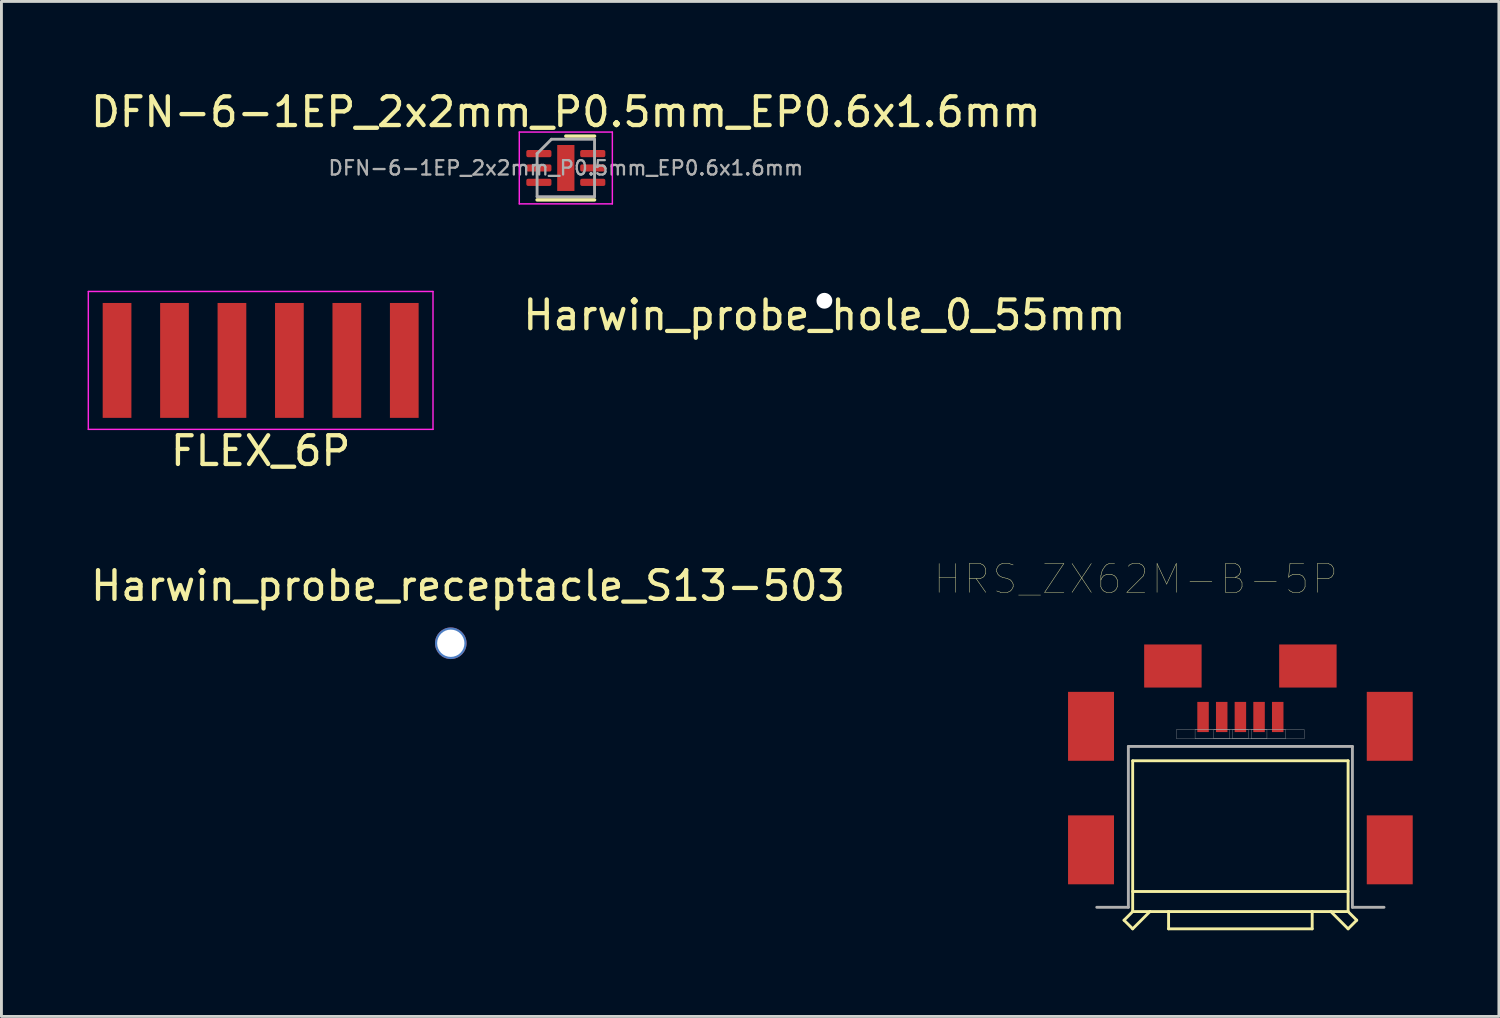
<source format=kicad_pcb>
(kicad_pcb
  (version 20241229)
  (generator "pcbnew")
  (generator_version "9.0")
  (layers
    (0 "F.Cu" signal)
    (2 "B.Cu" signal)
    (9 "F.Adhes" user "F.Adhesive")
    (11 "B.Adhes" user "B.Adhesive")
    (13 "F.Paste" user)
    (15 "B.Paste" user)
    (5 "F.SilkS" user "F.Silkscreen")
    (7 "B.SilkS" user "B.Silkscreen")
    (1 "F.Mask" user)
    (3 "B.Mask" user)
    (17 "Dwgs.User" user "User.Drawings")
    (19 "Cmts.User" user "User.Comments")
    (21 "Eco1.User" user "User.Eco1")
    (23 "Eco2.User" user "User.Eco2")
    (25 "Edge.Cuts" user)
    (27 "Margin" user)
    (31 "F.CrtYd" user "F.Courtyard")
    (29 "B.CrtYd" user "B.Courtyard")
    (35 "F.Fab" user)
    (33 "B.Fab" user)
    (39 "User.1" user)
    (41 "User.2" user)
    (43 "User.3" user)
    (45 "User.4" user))
  (footprint "Harwin_probe_receptacle_S13-503"
    (layer "F.Cu")
    (at 12.644 19.345)
    (property "Reference" "Harwin_probe_receptacle_S13-503" (at 0.6 -2 0) (layer "F.SilkS") (effects (font (size 1 1) (thickness 0.15))))
    (attr through_hole)
    (pad "1" thru_hole circle (at 0 0) (size 1.1 1.1) (drill 0.95) (layers "*.Cu" "*.Mask")))
  (footprint "HRS_ZX62M-B-5P"
    (layer "F.Cu")
    (at 40.134 25.267)
    (property "Reference" "HRS_ZX62M-B-5P" (at -3.641 -8.158 0) (layer "F.SilkS") (effects (font (size 1.002 1.002) (thickness 0.015))))
    (attr through_hole)
    (fp_line (start -4.05 3.72) (end -3.75 3.42) (stroke (width 0.1) (type solid)) (layer "F.SilkS"))
    (fp_line (start -4.05 3.72) (end -3.75 4.02) (stroke (width 0.1) (type solid)) (layer "F.SilkS"))
    (fp_line (start -3.75 -1.83) (end 3.75 -1.83) (stroke (width 0.1) (type solid)) (layer "F.SilkS"))
    (fp_line (start -3.75 3.42) (end -3.75 -1.83) (stroke (width 0.1) (type solid)) (layer "F.SilkS"))
    (fp_line (start -3.75 4.02) (end -3.15 3.42) (stroke (width 0.1) (type solid)) (layer "F.SilkS"))
    (fp_line (start -3.15 3.42) (end -3.75 3.42) (stroke (width 0.1) (type solid)) (layer "F.SilkS"))
    (fp_line (start -2.5 3.42) (end -3.15 3.42) (stroke (width 0.1) (type solid)) (layer "F.SilkS"))
    (fp_line (start -2.5 4.02) (end -2.5 3.42) (stroke (width 0.1) (type solid)) (layer "F.SilkS"))
    (fp_line (start 2.5 3.42) (end -2.5 3.42) (stroke (width 0.1) (type solid)) (layer "F.SilkS"))
    (fp_line (start 2.5 4.02) (end -2.5 4.02) (stroke (width 0.1) (type solid)) (layer "F.SilkS"))
    (fp_line (start 2.5 4.02) (end 2.5 3.42) (stroke (width 0.1) (type solid)) (layer "F.SilkS"))
    (fp_line (start 3.15 3.42) (end 2.5 3.42) (stroke (width 0.1) (type solid)) (layer "F.SilkS"))
    (fp_line (start 3.15 3.42) (end 3.75 4.02) (stroke (width 0.1) (type solid)) (layer "F.SilkS"))
    (fp_line (start 3.75 2.72) (end -3.75 2.72) (stroke (width 0.1) (type solid)) (layer "F.SilkS"))
    (fp_line (start 3.75 3.42) (end 3.15 3.42) (stroke (width 0.1) (type solid)) (layer "F.SilkS"))
    (fp_line (start 3.75 3.42) (end 3.75 -1.83) (stroke (width 0.1) (type solid)) (layer "F.SilkS"))
    (fp_line (start 3.75 4.02) (end 4.05 3.72) (stroke (width 0.1) (type solid)) (layer "F.SilkS"))
    (fp_line (start 4.05 3.72) (end 3.75 3.42) (stroke (width 0.1) (type solid)) (layer "F.SilkS"))
    (fp_line (start -5 3.27) (end -3.9 3.27) (stroke (width 0.1) (type solid)) (layer "F.Fab"))
    (fp_line (start -3.9 -2.33) (end 3.9 -2.33) (stroke (width 0.1) (type solid)) (layer "F.Fab"))
    (fp_line (start -3.9 3.27) (end -3.9 -2.33) (stroke (width 0.1) (type solid)) (layer "F.Fab"))
    (fp_line (start 3.9 -2.33) (end 3.9 3.27) (stroke (width 0.1) (type solid)) (layer "F.Fab"))
    (fp_line (start 5 3.27) (end 3.9 3.27) (stroke (width 0.1) (type solid)) (layer "F.Fab"))
    (fp_poly (pts (xy -2.229 -2.915) (xy -0.375 -2.915) (xy -0.375 -2.6) (xy -2.229 -2.6)) (stroke (width 0.01) (type solid)) (fill no) (layer "F.Fab"))
    (fp_poly (pts (xy -1.578 -2.915) (xy 0.275 -2.915) (xy 0.275 -2.599) (xy -1.578 -2.599)) (stroke (width 0.01) (type solid)) (fill no) (layer "F.Fab"))
    (fp_poly (pts (xy -0.926 -2.915) (xy 0.925 -2.915) (xy 0.925 -2.598) (xy -0.926 -2.598)) (stroke (width 0.01) (type solid)) (fill no) (layer "F.Fab"))
    (fp_poly (pts (xy -0.276 -2.915) (xy 1.575 -2.915) (xy 1.575 -2.6) (xy -0.276 -2.6)) (stroke (width 0.01) (type solid)) (fill no) (layer "F.Fab"))
    (fp_poly (pts (xy 0.375 -2.915) (xy 2.225 -2.915) (xy 2.225 -2.598) (xy 0.375 -2.598)) (stroke (width 0.01) (type solid)) (fill no) (layer "F.Fab"))
    (pad "1" smd rect (at -1.3 -3.355) (size 0.4 1.05) (layers "F.Cu" "F.Mask" "F.Paste"))
    (pad "2" smd rect (at -0.65 -3.355) (size 0.4 1.05) (layers "F.Cu" "F.Mask" "F.Paste"))
    (pad "3" smd rect (at 0 -3.355) (size 0.4 1.05) (layers "F.Cu" "F.Mask" "F.Paste"))
    (pad "4" smd rect (at 0.65 -3.355) (size 0.4 1.05) (layers "F.Cu" "F.Mask" "F.Paste"))
    (pad "5" smd rect (at 1.3 -3.355) (size 0.4 1.05) (layers "F.Cu" "F.Mask" "F.Paste"))
    (pad "S1" smd rect (at 5.2 1.27) (size 1.6 2.4) (layers "F.Cu" "F.Mask" "F.Paste"))
    (pad "S2" smd rect (at -5.2 1.27) (size 1.6 2.4) (layers "F.Cu" "F.Mask" "F.Paste"))
    (pad "S3" smd rect (at -5.2 -3.03) (size 1.6 2.4) (layers "F.Cu" "F.Mask" "F.Paste"))
    (pad "S4" smd rect (at -2.35 -5.13) (size 2 1.5) (layers "F.Cu" "F.Mask" "F.Paste"))
    (pad "S5" smd rect (at 2.35 -5.13) (size 2 1.5) (layers "F.Cu" "F.Mask" "F.Paste"))
    (pad "S6" smd rect (at 5.2 -3.03) (size 1.6 2.4) (layers "F.Cu" "F.Mask" "F.Paste")))
  (footprint "FLEX_6P"
    (layer "F.Cu")
    (at 6.025 9.498)
    (property "Reference" "FLEX_6P" (at 0 3.15 0) (layer "F.SilkS") (effects (font (size 1 1) (thickness 0.15))))
    (attr smd)
    (fp_line (start -6 -2.4) (end -6 2.4) (stroke (width 0.05) (type solid)) (layer "F.CrtYd"))
    (fp_line (start -6 -2.4) (end 6 -2.4) (stroke (width 0.05) (type solid)) (layer "F.CrtYd"))
    (fp_line (start -6 2.4) (end 6 2.4) (stroke (width 0.05) (type solid)) (layer "F.CrtYd"))
    (fp_line (start 6 -2.4) (end 6 2.4) (stroke (width 0.05) (type solid)) (layer "F.CrtYd"))
    (pad "1" smd rect (at -5 0) (size 1 4) (layers "F.Cu" "F.Mask" "F.Paste"))
    (pad "2" smd rect (at -3 0) (size 1 4) (layers "F.Cu" "F.Mask" "F.Paste"))
    (pad "3" smd rect (at -1 0) (size 1 4) (layers "F.Cu" "F.Mask" "F.Paste"))
    (pad "4" smd rect (at 1 0) (size 1 4) (layers "F.Cu" "F.Mask" "F.Paste"))
    (pad "5" smd rect (at 3 0) (size 1 4) (layers "F.Cu" "F.Mask" "F.Paste"))
    (pad "6" smd rect (at 5 0) (size 1 4) (layers "F.Cu" "F.Mask" "F.Paste")))
  (footprint "Harwin_probe_hole_0_55mm"
    (layer "F.Cu")
    (at 25.651 7.421)
    (property "Reference" "Harwin_probe_hole_0_55mm" (at 0 0.5 0) (layer "F.SilkS") (effects (font (size 1 1) (thickness 0.15))))
    (attr through_hole)
    (pad "" np_thru_hole circle (at 0 0) (size 0.55 0.55) (drill 0.55) (layers "*.Cu" "*.Mask")))
  (footprint "DFN-6-1EP_2x2mm_P0.5mm_EP0.6x1.6mm"
    (layer "F.Cu")
    (at 16.649 2.798)
    (property "Reference" "DFN-6-1EP_2x2mm_P0.5mm_EP0.6x1.6mm" (at 0 -1.95 0) (layer "F.SilkS") (effects (font (size 1 1) (thickness 0.15))))
    (attr smd)
    (fp_line (start -1 1.11) (end 1 1.11) (stroke (width 0.12) (type solid)) (layer "F.SilkS"))
    (fp_line (start 0 -1.11) (end 1 -1.11) (stroke (width 0.12) (type solid)) (layer "F.SilkS"))
    (fp_line (start -1.62 -1.25) (end -1.62 1.25) (stroke (width 0.05) (type solid)) (layer "F.CrtYd"))
    (fp_line (start -1.62 1.25) (end 1.62 1.25) (stroke (width 0.05) (type solid)) (layer "F.CrtYd"))
    (fp_line (start 1.62 -1.25) (end -1.62 -1.25) (stroke (width 0.05) (type solid)) (layer "F.CrtYd"))
    (fp_line (start 1.62 1.25) (end 1.62 -1.25) (stroke (width 0.05) (type solid)) (layer "F.CrtYd"))
    (fp_line (start -1 -0.5) (end -0.5 -1) (stroke (width 0.1) (type solid)) (layer "F.Fab"))
    (fp_line (start -1 1) (end -1 -0.5) (stroke (width 0.1) (type solid)) (layer "F.Fab"))
    (fp_line (start -0.5 -1) (end 1 -1) (stroke (width 0.1) (type solid)) (layer "F.Fab"))
    (fp_line (start 1 -1) (end 1 1) (stroke (width 0.1) (type solid)) (layer "F.Fab"))
    (fp_line (start 1 1) (end -1 1) (stroke (width 0.1) (type solid)) (layer "F.Fab"))
    (fp_text user "${REFERENCE}" (at 0 0 0) (layer "F.Fab") (effects (font (size 0.5 0.5) (thickness 0.08))))
    (pad "" smd roundrect (at 0 -0.34) (size 0.48 0.55) (layers "F.Paste") (roundrect_rratio 0.25))
    (pad "" smd roundrect (at 0 0.34) (size 0.48 0.55) (layers "F.Paste") (roundrect_rratio 0.25))
    (pad "1" smd roundrect (at -0.938 -0.5) (size 0.875 0.25) (layers "F.Cu" "F.Mask" "F.Paste") (roundrect_rratio 0.25))
    (pad "2" smd roundrect (at -0.938 0) (size 0.875 0.25) (layers "F.Cu" "F.Mask" "F.Paste") (roundrect_rratio 0.25))
    (pad "3" smd roundrect (at -0.938 0.5) (size 0.875 0.25) (layers "F.Cu" "F.Mask" "F.Paste") (roundrect_rratio 0.25))
    (pad "4" smd roundrect (at 0.938 0.5) (size 0.875 0.25) (layers "F.Cu" "F.Mask" "F.Paste") (roundrect_rratio 0.25))
    (pad "5" smd roundrect (at 0.938 0) (size 0.875 0.25) (layers "F.Cu" "F.Mask" "F.Paste") (roundrect_rratio 0.25))
    (pad "6" smd roundrect (at 0.938 -0.5) (size 0.875 0.25) (layers "F.Cu" "F.Mask" "F.Paste") (roundrect_rratio 0.25))
    (pad "7" smd rect (at 0 0) (size 0.6 1.6) (layers "F.Cu" "F.Mask")))
  (gr_rect
    (start -3 -3)
    (end 49.134 32.337)
    (stroke (width 0.1) (type default))
    (fill no)
    (layer "Edge.Cuts")))
</source>
